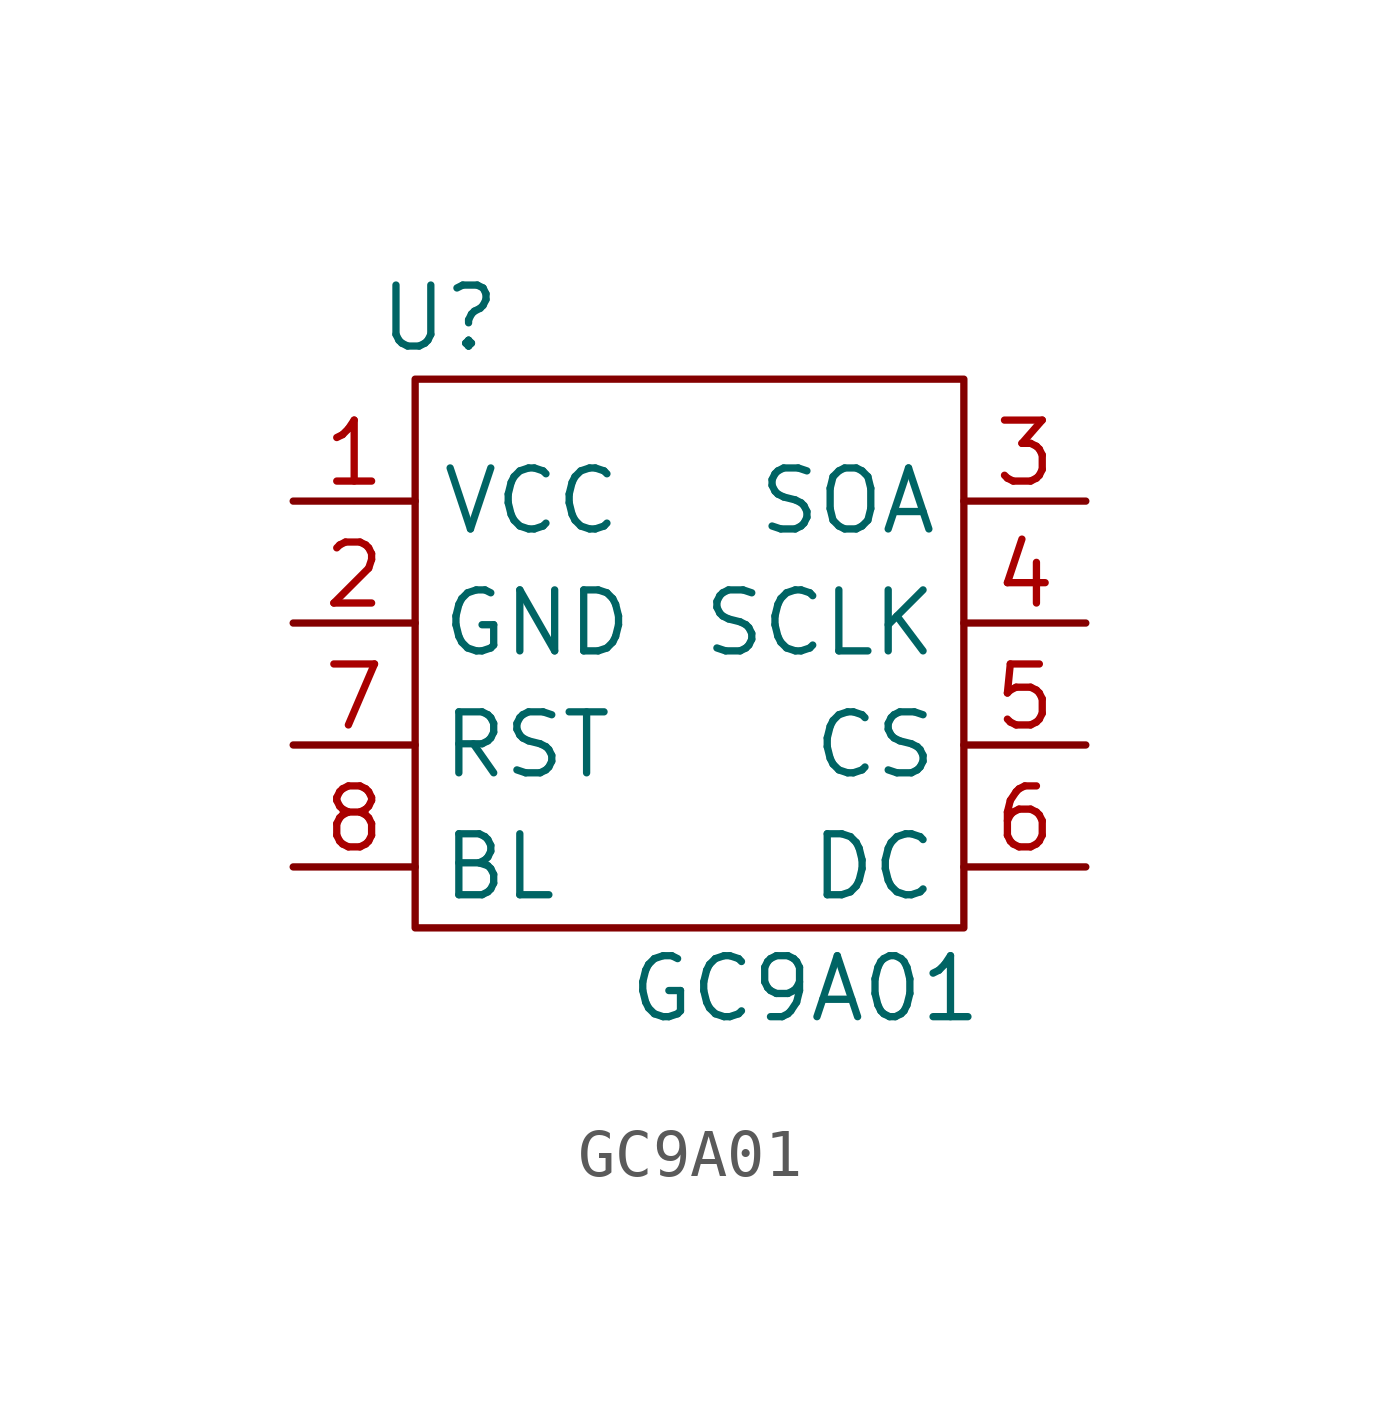
<source format=kicad_sym>
(kicad_symbol_lib
  (version 20231120)
  (generator "kicad_symbol_editor")
  (generator_version "8.0")
  (symbol "GC9A01"
    (property "Reference" "U"
      (at -4.572 7.62 0)
      (do_not_autoplace)
      (effects (font (size 1.27 1.27))))
    (property "Value" "GC9A01"
      (at 3.048 -6.35 0)
      (do_not_autoplace)
      (effects (font (size 1.27 1.27))))
    (symbol "GC9A01_0_1"
      (rectangle (start 6.35 -5.08) (end -5.08 6.35) (stroke (width 0) (type default)) (fill (type none))))
    (symbol "GC9A01_1_1"
      (pin power_in line (at -7.62 3.81 0) (length 2.54) (name "VCC" (effects (font (size 1.27 1.27)))) (number "1" (effects (font (size 1.27 1.27)))))
      (pin power_out line (at -7.62 1.27 0) (length 2.54) (name "GND" (effects (font (size 1.27 1.27)))) (number "2" (effects (font (size 1.27 1.27)))))
      (pin input line (at 8.89 3.81 180) (length 2.54) (name "SOA" (effects (font (size 1.27 1.27)))) (number "3" (effects (font (size 1.27 1.27)))))
      (pin input line (at 8.89 1.27 180) (length 2.54) (name "SCLK" (effects (font (size 1.27 1.27)))) (number "4" (effects (font (size 1.27 1.27)))))
      (pin input line (at 8.89 -1.27 180) (length 2.54) (name "CS" (effects (font (size 1.27 1.27)))) (number "5" (effects (font (size 1.27 1.27)))))
      (pin input line (at 8.89 -3.81 180) (length 2.54) (name "DC" (effects (font (size 1.27 1.27)))) (number "6" (effects (font (size 1.27 1.27)))))
      (pin input line (at -7.62 -1.27 0) (length 2.54) (name "RST" (effects (font (size 1.27 1.27)))) (number "7" (effects (font (size 1.27 1.27)))))
      (pin input line (at -7.62 -3.81 0) (length 2.54) (name "BL" (effects (font (size 1.27 1.27)))) (number "8" (effects (font (size 1.27 1.27))))))))
</source>
